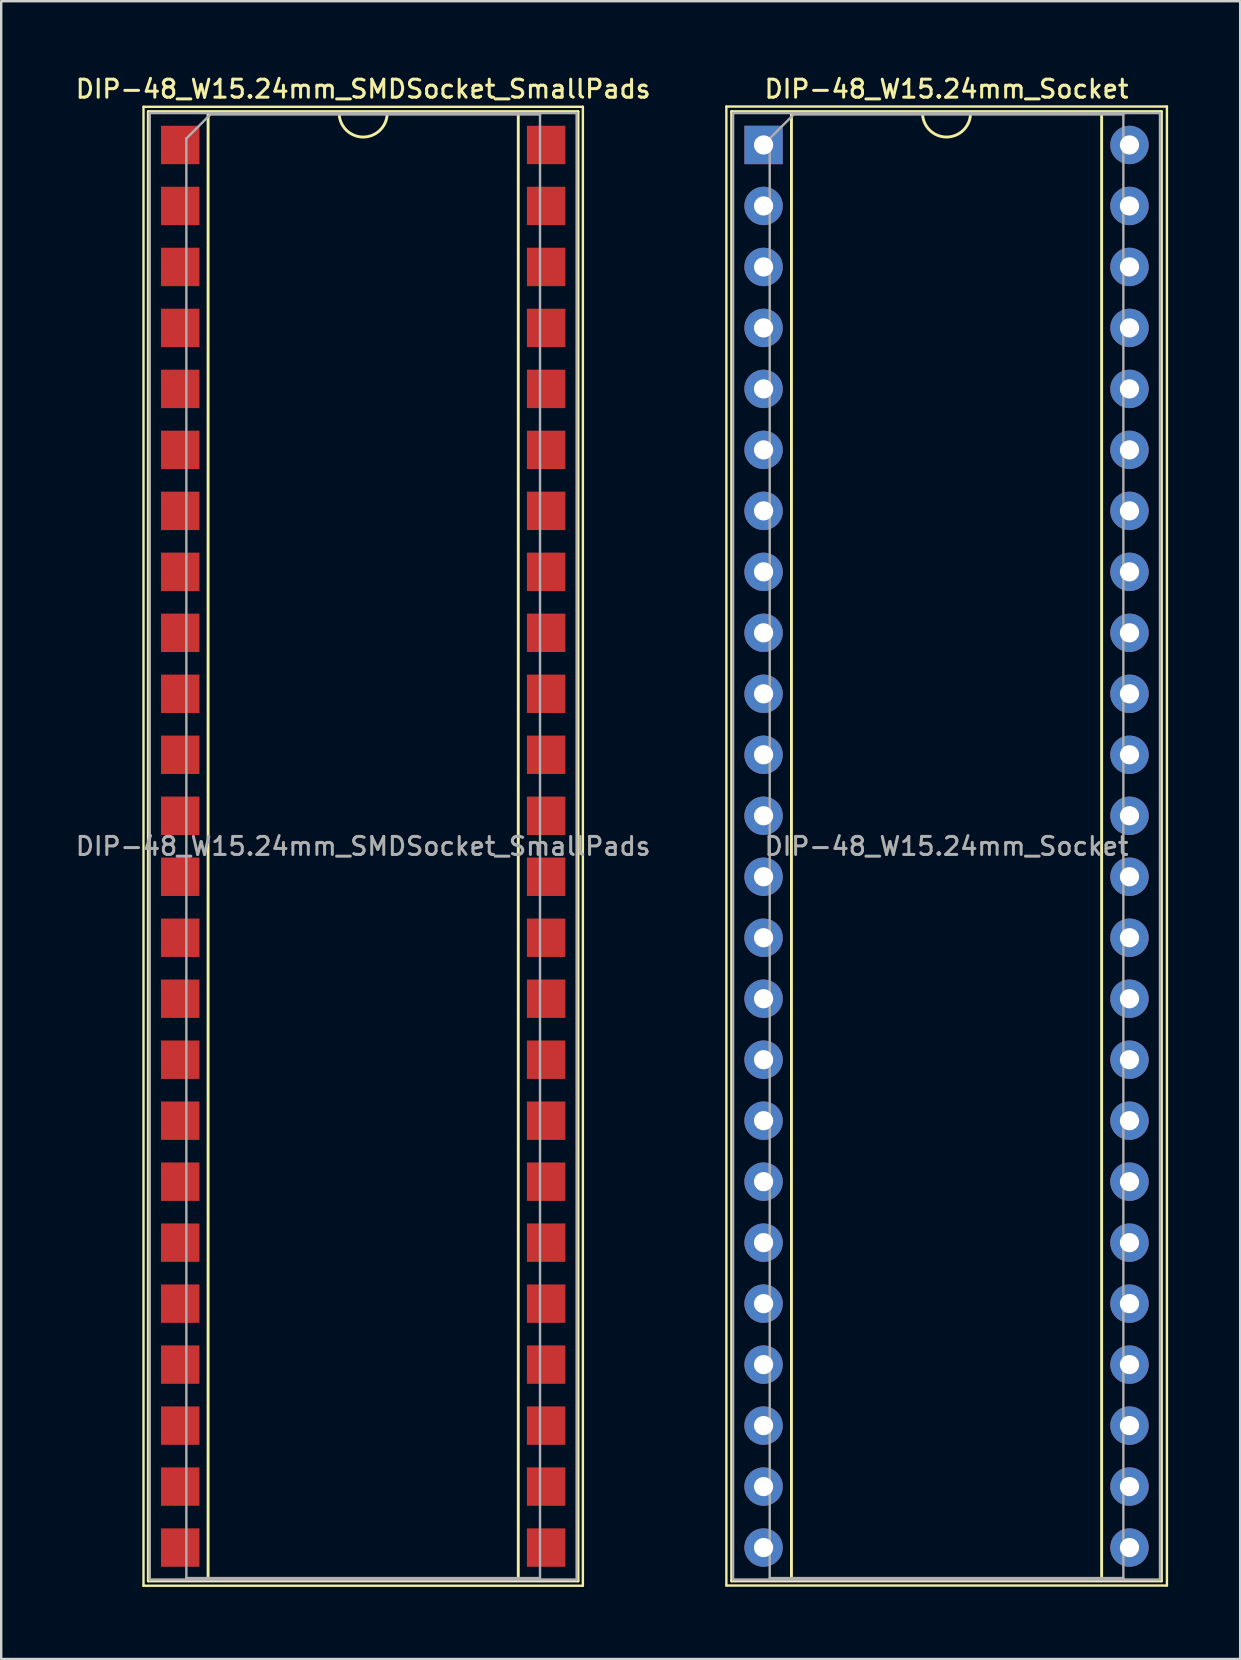
<source format=kicad_pcb>
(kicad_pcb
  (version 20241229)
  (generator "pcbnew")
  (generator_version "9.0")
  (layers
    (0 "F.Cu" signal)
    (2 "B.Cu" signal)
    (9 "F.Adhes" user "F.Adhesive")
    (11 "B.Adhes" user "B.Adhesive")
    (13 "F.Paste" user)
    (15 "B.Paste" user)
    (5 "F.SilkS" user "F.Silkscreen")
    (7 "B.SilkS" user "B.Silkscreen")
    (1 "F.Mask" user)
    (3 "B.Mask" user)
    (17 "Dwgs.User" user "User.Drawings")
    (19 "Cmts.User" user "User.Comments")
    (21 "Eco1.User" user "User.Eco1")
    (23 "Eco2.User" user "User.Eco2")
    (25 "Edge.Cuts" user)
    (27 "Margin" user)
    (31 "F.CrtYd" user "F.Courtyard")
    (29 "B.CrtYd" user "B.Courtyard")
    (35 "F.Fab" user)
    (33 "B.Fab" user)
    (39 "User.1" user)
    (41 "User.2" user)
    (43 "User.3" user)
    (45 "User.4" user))
  (footprint "DIP-48_W15.24mm_Socket"
    (layer "F.Cu")
    (at 28.754 2.988)
    (property "Reference" "DIP-48_W15.24mm_Socket" (at 7.62 -2.33 0) (layer "F.SilkS") (effects (font (size 0.75 0.75) (thickness 0.125))))
    (attr through_hole)
    (fp_line (start -1.55 -1.6) (end -1.55 60) (stroke (width 0.1) (type solid)) (layer "F.SilkS"))
    (fp_line (start -1.55 60) (end 16.8 60) (stroke (width 0.1) (type solid)) (layer "F.SilkS"))
    (fp_line (start -1.33 -1.39) (end -1.33 59.81) (stroke (width 0.12) (type solid)) (layer "F.SilkS"))
    (fp_line (start -1.33 59.81) (end 16.57 59.81) (stroke (width 0.12) (type solid)) (layer "F.SilkS"))
    (fp_line (start 1.16 -1.33) (end 1.16 59.75) (stroke (width 0.12) (type solid)) (layer "F.SilkS"))
    (fp_line (start 1.16 59.75) (end 14.08 59.75) (stroke (width 0.12) (type solid)) (layer "F.SilkS"))
    (fp_line (start 6.62 -1.33) (end 1.16 -1.33) (stroke (width 0.12) (type solid)) (layer "F.SilkS"))
    (fp_line (start 14.08 -1.33) (end 8.62 -1.33) (stroke (width 0.12) (type solid)) (layer "F.SilkS"))
    (fp_line (start 14.08 59.75) (end 14.08 -1.33) (stroke (width 0.12) (type solid)) (layer "F.SilkS"))
    (fp_line (start 16.57 -1.39) (end -1.33 -1.39) (stroke (width 0.12) (type solid)) (layer "F.SilkS"))
    (fp_line (start 16.57 59.81) (end 16.57 -1.39) (stroke (width 0.12) (type solid)) (layer "F.SilkS"))
    (fp_line (start 16.8 -1.6) (end -1.55 -1.6) (stroke (width 0.1) (type solid)) (layer "F.SilkS"))
    (fp_line (start 16.8 60) (end 16.8 -1.6) (stroke (width 0.1) (type solid)) (layer "F.SilkS"))
    (fp_arc (start 8.62 -1.33) (mid 7.62 -0.33) (end 6.62 -1.33) (stroke (width 0.12) (type solid)) (layer "F.SilkS"))
    (fp_line (start -1.27 -1.33) (end -1.27 59.75) (stroke (width 0.1) (type solid)) (layer "F.Fab"))
    (fp_line (start -1.27 59.75) (end 16.51 59.75) (stroke (width 0.1) (type solid)) (layer "F.Fab"))
    (fp_line (start 0.255 -0.27) (end 1.255 -1.27) (stroke (width 0.1) (type solid)) (layer "F.Fab"))
    (fp_line (start 0.255 59.69) (end 0.255 -0.27) (stroke (width 0.1) (type solid)) (layer "F.Fab"))
    (fp_line (start 1.255 -1.27) (end 14.985 -1.27) (stroke (width 0.1) (type solid)) (layer "F.Fab"))
    (fp_line (start 14.985 -1.27) (end 14.985 59.69) (stroke (width 0.1) (type solid)) (layer "F.Fab"))
    (fp_line (start 14.985 59.69) (end 0.255 59.69) (stroke (width 0.1) (type solid)) (layer "F.Fab"))
    (fp_line (start 16.51 -1.33) (end -1.27 -1.33) (stroke (width 0.1) (type solid)) (layer "F.Fab"))
    (fp_line (start 16.51 59.75) (end 16.51 -1.33) (stroke (width 0.1) (type solid)) (layer "F.Fab"))
    (fp_text user "${REFERENCE}" (at 7.62 29.21 0) (layer "F.Fab") (effects (font (size 0.75 0.75) (thickness 0.125))))
    (pad "1" thru_hole rect (at 0 0) (size 1.6 1.6) (drill 0.8) (layers "*.Cu" "*.Mask"))
    (pad "2" thru_hole oval (at 0 2.54) (size 1.6 1.6) (drill 0.8) (layers "*.Cu" "*.Mask"))
    (pad "3" thru_hole oval (at 0 5.08) (size 1.6 1.6) (drill 0.8) (layers "*.Cu" "*.Mask"))
    (pad "4" thru_hole oval (at 0 7.62) (size 1.6 1.6) (drill 0.8) (layers "*.Cu" "*.Mask"))
    (pad "5" thru_hole oval (at 0 10.16) (size 1.6 1.6) (drill 0.8) (layers "*.Cu" "*.Mask"))
    (pad "6" thru_hole oval (at 0 12.7) (size 1.6 1.6) (drill 0.8) (layers "*.Cu" "*.Mask"))
    (pad "7" thru_hole oval (at 0 15.24) (size 1.6 1.6) (drill 0.8) (layers "*.Cu" "*.Mask"))
    (pad "8" thru_hole oval (at 0 17.78) (size 1.6 1.6) (drill 0.8) (layers "*.Cu" "*.Mask"))
    (pad "9" thru_hole oval (at 0 20.32) (size 1.6 1.6) (drill 0.8) (layers "*.Cu" "*.Mask"))
    (pad "10" thru_hole oval (at 0 22.86) (size 1.6 1.6) (drill 0.8) (layers "*.Cu" "*.Mask"))
    (pad "11" thru_hole oval (at 0 25.4) (size 1.6 1.6) (drill 0.8) (layers "*.Cu" "*.Mask"))
    (pad "12" thru_hole oval (at 0 27.94) (size 1.6 1.6) (drill 0.8) (layers "*.Cu" "*.Mask"))
    (pad "13" thru_hole oval (at 0 30.48) (size 1.6 1.6) (drill 0.8) (layers "*.Cu" "*.Mask"))
    (pad "14" thru_hole oval (at 0 33.02) (size 1.6 1.6) (drill 0.8) (layers "*.Cu" "*.Mask"))
    (pad "15" thru_hole oval (at 0 35.56) (size 1.6 1.6) (drill 0.8) (layers "*.Cu" "*.Mask"))
    (pad "16" thru_hole oval (at 0 38.1) (size 1.6 1.6) (drill 0.8) (layers "*.Cu" "*.Mask"))
    (pad "17" thru_hole oval (at 0 40.64) (size 1.6 1.6) (drill 0.8) (layers "*.Cu" "*.Mask"))
    (pad "18" thru_hole oval (at 0 43.18) (size 1.6 1.6) (drill 0.8) (layers "*.Cu" "*.Mask"))
    (pad "19" thru_hole oval (at 0 45.72) (size 1.6 1.6) (drill 0.8) (layers "*.Cu" "*.Mask"))
    (pad "20" thru_hole oval (at 0 48.26) (size 1.6 1.6) (drill 0.8) (layers "*.Cu" "*.Mask"))
    (pad "21" thru_hole oval (at 0 50.8) (size 1.6 1.6) (drill 0.8) (layers "*.Cu" "*.Mask"))
    (pad "22" thru_hole oval (at 0 53.34) (size 1.6 1.6) (drill 0.8) (layers "*.Cu" "*.Mask"))
    (pad "23" thru_hole oval (at 0 55.88) (size 1.6 1.6) (drill 0.8) (layers "*.Cu" "*.Mask"))
    (pad "24" thru_hole oval (at 0 58.42) (size 1.6 1.6) (drill 0.8) (layers "*.Cu" "*.Mask"))
    (pad "25" thru_hole oval (at 15.24 58.42) (size 1.6 1.6) (drill 0.8) (layers "*.Cu" "*.Mask"))
    (pad "26" thru_hole oval (at 15.24 55.88) (size 1.6 1.6) (drill 0.8) (layers "*.Cu" "*.Mask"))
    (pad "27" thru_hole oval (at 15.24 53.34) (size 1.6 1.6) (drill 0.8) (layers "*.Cu" "*.Mask"))
    (pad "28" thru_hole oval (at 15.24 50.8) (size 1.6 1.6) (drill 0.8) (layers "*.Cu" "*.Mask"))
    (pad "29" thru_hole oval (at 15.24 48.26) (size 1.6 1.6) (drill 0.8) (layers "*.Cu" "*.Mask"))
    (pad "30" thru_hole oval (at 15.24 45.72) (size 1.6 1.6) (drill 0.8) (layers "*.Cu" "*.Mask"))
    (pad "31" thru_hole oval (at 15.24 43.18) (size 1.6 1.6) (drill 0.8) (layers "*.Cu" "*.Mask"))
    (pad "32" thru_hole oval (at 15.24 40.64) (size 1.6 1.6) (drill 0.8) (layers "*.Cu" "*.Mask"))
    (pad "33" thru_hole oval (at 15.24 38.1) (size 1.6 1.6) (drill 0.8) (layers "*.Cu" "*.Mask"))
    (pad "34" thru_hole oval (at 15.24 35.56) (size 1.6 1.6) (drill 0.8) (layers "*.Cu" "*.Mask"))
    (pad "35" thru_hole oval (at 15.24 33.02) (size 1.6 1.6) (drill 0.8) (layers "*.Cu" "*.Mask"))
    (pad "36" thru_hole oval (at 15.24 30.48) (size 1.6 1.6) (drill 0.8) (layers "*.Cu" "*.Mask"))
    (pad "37" thru_hole oval (at 15.24 27.94) (size 1.6 1.6) (drill 0.8) (layers "*.Cu" "*.Mask"))
    (pad "38" thru_hole oval (at 15.24 25.4) (size 1.6 1.6) (drill 0.8) (layers "*.Cu" "*.Mask"))
    (pad "39" thru_hole oval (at 15.24 22.86) (size 1.6 1.6) (drill 0.8) (layers "*.Cu" "*.Mask"))
    (pad "40" thru_hole oval (at 15.24 20.32) (size 1.6 1.6) (drill 0.8) (layers "*.Cu" "*.Mask"))
    (pad "41" thru_hole oval (at 15.24 17.78) (size 1.6 1.6) (drill 0.8) (layers "*.Cu" "*.Mask"))
    (pad "42" thru_hole oval (at 15.24 15.24) (size 1.6 1.6) (drill 0.8) (layers "*.Cu" "*.Mask"))
    (pad "43" thru_hole oval (at 15.24 12.7) (size 1.6 1.6) (drill 0.8) (layers "*.Cu" "*.Mask"))
    (pad "44" thru_hole oval (at 15.24 10.16) (size 1.6 1.6) (drill 0.8) (layers "*.Cu" "*.Mask"))
    (pad "45" thru_hole oval (at 15.24 7.62) (size 1.6 1.6) (drill 0.8) (layers "*.Cu" "*.Mask"))
    (pad "46" thru_hole oval (at 15.24 5.08) (size 1.6 1.6) (drill 0.8) (layers "*.Cu" "*.Mask"))
    (pad "47" thru_hole oval (at 15.24 2.54) (size 1.6 1.6) (drill 0.8) (layers "*.Cu" "*.Mask"))
    (pad "48" thru_hole oval (at 15.24 0) (size 1.6 1.6) (drill 0.8) (layers "*.Cu" "*.Mask")))
  (footprint "DIP-48_W15.24mm_SMDSocket_SmallPads"
    (layer "F.Cu")
    (at 12.077 32.198)
    (property "Reference" "DIP-48_W15.24mm_SMDSocket_SmallPads" (at 0 -31.54 0) (layer "F.SilkS") (effects (font (size 0.75 0.75) (thickness 0.125))))
    (attr smd)
    (fp_line (start -9.15 -30.8) (end -9.15 30.8) (stroke (width 0.1) (type solid)) (layer "F.SilkS"))
    (fp_line (start -9.15 30.8) (end 9.15 30.8) (stroke (width 0.1) (type solid)) (layer "F.SilkS"))
    (fp_line (start -8.95 -30.6) (end -8.95 30.6) (stroke (width 0.12) (type solid)) (layer "F.SilkS"))
    (fp_line (start -8.95 30.6) (end 8.95 30.6) (stroke (width 0.12) (type solid)) (layer "F.SilkS"))
    (fp_line (start -6.46 -30.54) (end -6.46 30.54) (stroke (width 0.12) (type solid)) (layer "F.SilkS"))
    (fp_line (start -6.46 30.54) (end 6.46 30.54) (stroke (width 0.12) (type solid)) (layer "F.SilkS"))
    (fp_line (start -1 -30.54) (end -6.46 -30.54) (stroke (width 0.12) (type solid)) (layer "F.SilkS"))
    (fp_line (start 6.46 -30.54) (end 1 -30.54) (stroke (width 0.12) (type solid)) (layer "F.SilkS"))
    (fp_line (start 6.46 30.54) (end 6.46 -30.54) (stroke (width 0.12) (type solid)) (layer "F.SilkS"))
    (fp_line (start 8.95 -30.6) (end -8.95 -30.6) (stroke (width 0.12) (type solid)) (layer "F.SilkS"))
    (fp_line (start 8.95 30.6) (end 8.95 -30.6) (stroke (width 0.12) (type solid)) (layer "F.SilkS"))
    (fp_line (start 9.15 -30.8) (end -9.15 -30.8) (stroke (width 0.1) (type solid)) (layer "F.SilkS"))
    (fp_line (start 9.15 30.8) (end 9.15 -30.8) (stroke (width 0.1) (type solid)) (layer "F.SilkS"))
    (fp_arc (start 1 -30.54) (mid 0 -29.54) (end -1 -30.54) (stroke (width 0.12) (type solid)) (layer "F.SilkS"))
    (fp_line (start -8.89 -30.54) (end -8.89 30.54) (stroke (width 0.1) (type solid)) (layer "F.Fab"))
    (fp_line (start -8.89 30.54) (end 8.89 30.54) (stroke (width 0.1) (type solid)) (layer "F.Fab"))
    (fp_line (start -7.365 -29.48) (end -6.365 -30.48) (stroke (width 0.1) (type solid)) (layer "F.Fab"))
    (fp_line (start -7.365 30.48) (end -7.365 -29.48) (stroke (width 0.1) (type solid)) (layer "F.Fab"))
    (fp_line (start -6.365 -30.48) (end 7.365 -30.48) (stroke (width 0.1) (type solid)) (layer "F.Fab"))
    (fp_line (start 7.365 -30.48) (end 7.365 30.48) (stroke (width 0.1) (type solid)) (layer "F.Fab"))
    (fp_line (start 7.365 30.48) (end -7.365 30.48) (stroke (width 0.1) (type solid)) (layer "F.Fab"))
    (fp_line (start 8.89 -30.54) (end -8.89 -30.54) (stroke (width 0.1) (type solid)) (layer "F.Fab"))
    (fp_line (start 8.89 30.54) (end 8.89 -30.54) (stroke (width 0.1) (type solid)) (layer "F.Fab"))
    (fp_text user "${REFERENCE}" (at 0 0 0) (layer "F.Fab") (effects (font (size 0.75 0.75) (thickness 0.125))))
    (pad "1" smd rect (at -7.62 -29.21) (size 1.6 1.6) (layers "F.Cu" "F.Mask" "F.Paste"))
    (pad "2" smd rect (at -7.62 -26.67) (size 1.6 1.6) (layers "F.Cu" "F.Mask" "F.Paste"))
    (pad "3" smd rect (at -7.62 -24.13) (size 1.6 1.6) (layers "F.Cu" "F.Mask" "F.Paste"))
    (pad "4" smd rect (at -7.62 -21.59) (size 1.6 1.6) (layers "F.Cu" "F.Mask" "F.Paste"))
    (pad "5" smd rect (at -7.62 -19.05) (size 1.6 1.6) (layers "F.Cu" "F.Mask" "F.Paste"))
    (pad "6" smd rect (at -7.62 -16.51) (size 1.6 1.6) (layers "F.Cu" "F.Mask" "F.Paste"))
    (pad "7" smd rect (at -7.62 -13.97) (size 1.6 1.6) (layers "F.Cu" "F.Mask" "F.Paste"))
    (pad "8" smd rect (at -7.62 -11.43) (size 1.6 1.6) (layers "F.Cu" "F.Mask" "F.Paste"))
    (pad "9" smd rect (at -7.62 -8.89) (size 1.6 1.6) (layers "F.Cu" "F.Mask" "F.Paste"))
    (pad "10" smd rect (at -7.62 -6.35) (size 1.6 1.6) (layers "F.Cu" "F.Mask" "F.Paste"))
    (pad "11" smd rect (at -7.62 -3.81) (size 1.6 1.6) (layers "F.Cu" "F.Mask" "F.Paste"))
    (pad "12" smd rect (at -7.62 -1.27) (size 1.6 1.6) (layers "F.Cu" "F.Mask" "F.Paste"))
    (pad "13" smd rect (at -7.62 1.27) (size 1.6 1.6) (layers "F.Cu" "F.Mask" "F.Paste"))
    (pad "14" smd rect (at -7.62 3.81) (size 1.6 1.6) (layers "F.Cu" "F.Mask" "F.Paste"))
    (pad "15" smd rect (at -7.62 6.35) (size 1.6 1.6) (layers "F.Cu" "F.Mask" "F.Paste"))
    (pad "16" smd rect (at -7.62 8.89) (size 1.6 1.6) (layers "F.Cu" "F.Mask" "F.Paste"))
    (pad "17" smd rect (at -7.62 11.43) (size 1.6 1.6) (layers "F.Cu" "F.Mask" "F.Paste"))
    (pad "18" smd rect (at -7.62 13.97) (size 1.6 1.6) (layers "F.Cu" "F.Mask" "F.Paste"))
    (pad "19" smd rect (at -7.62 16.51) (size 1.6 1.6) (layers "F.Cu" "F.Mask" "F.Paste"))
    (pad "20" smd rect (at -7.62 19.05) (size 1.6 1.6) (layers "F.Cu" "F.Mask" "F.Paste"))
    (pad "21" smd rect (at -7.62 21.59) (size 1.6 1.6) (layers "F.Cu" "F.Mask" "F.Paste"))
    (pad "22" smd rect (at -7.62 24.13) (size 1.6 1.6) (layers "F.Cu" "F.Mask" "F.Paste"))
    (pad "23" smd rect (at -7.62 26.67) (size 1.6 1.6) (layers "F.Cu" "F.Mask" "F.Paste"))
    (pad "24" smd rect (at -7.62 29.21) (size 1.6 1.6) (layers "F.Cu" "F.Mask" "F.Paste"))
    (pad "25" smd rect (at 7.62 29.21) (size 1.6 1.6) (layers "F.Cu" "F.Mask" "F.Paste"))
    (pad "26" smd rect (at 7.62 26.67) (size 1.6 1.6) (layers "F.Cu" "F.Mask" "F.Paste"))
    (pad "27" smd rect (at 7.62 24.13) (size 1.6 1.6) (layers "F.Cu" "F.Mask" "F.Paste"))
    (pad "28" smd rect (at 7.62 21.59) (size 1.6 1.6) (layers "F.Cu" "F.Mask" "F.Paste"))
    (pad "29" smd rect (at 7.62 19.05) (size 1.6 1.6) (layers "F.Cu" "F.Mask" "F.Paste"))
    (pad "30" smd rect (at 7.62 16.51) (size 1.6 1.6) (layers "F.Cu" "F.Mask" "F.Paste"))
    (pad "31" smd rect (at 7.62 13.97) (size 1.6 1.6) (layers "F.Cu" "F.Mask" "F.Paste"))
    (pad "32" smd rect (at 7.62 11.43) (size 1.6 1.6) (layers "F.Cu" "F.Mask" "F.Paste"))
    (pad "33" smd rect (at 7.62 8.89) (size 1.6 1.6) (layers "F.Cu" "F.Mask" "F.Paste"))
    (pad "34" smd rect (at 7.62 6.35) (size 1.6 1.6) (layers "F.Cu" "F.Mask" "F.Paste"))
    (pad "35" smd rect (at 7.62 3.81) (size 1.6 1.6) (layers "F.Cu" "F.Mask" "F.Paste"))
    (pad "36" smd rect (at 7.62 1.27) (size 1.6 1.6) (layers "F.Cu" "F.Mask" "F.Paste"))
    (pad "37" smd rect (at 7.62 -1.27) (size 1.6 1.6) (layers "F.Cu" "F.Mask" "F.Paste"))
    (pad "38" smd rect (at 7.62 -3.81) (size 1.6 1.6) (layers "F.Cu" "F.Mask" "F.Paste"))
    (pad "39" smd rect (at 7.62 -6.35) (size 1.6 1.6) (layers "F.Cu" "F.Mask" "F.Paste"))
    (pad "40" smd rect (at 7.62 -8.89) (size 1.6 1.6) (layers "F.Cu" "F.Mask" "F.Paste"))
    (pad "41" smd rect (at 7.62 -11.43) (size 1.6 1.6) (layers "F.Cu" "F.Mask" "F.Paste"))
    (pad "42" smd rect (at 7.62 -13.97) (size 1.6 1.6) (layers "F.Cu" "F.Mask" "F.Paste"))
    (pad "43" smd rect (at 7.62 -16.51) (size 1.6 1.6) (layers "F.Cu" "F.Mask" "F.Paste"))
    (pad "44" smd rect (at 7.62 -19.05) (size 1.6 1.6) (layers "F.Cu" "F.Mask" "F.Paste"))
    (pad "45" smd rect (at 7.62 -21.59) (size 1.6 1.6) (layers "F.Cu" "F.Mask" "F.Paste"))
    (pad "46" smd rect (at 7.62 -24.13) (size 1.6 1.6) (layers "F.Cu" "F.Mask" "F.Paste"))
    (pad "47" smd rect (at 7.62 -26.67) (size 1.6 1.6) (layers "F.Cu" "F.Mask" "F.Paste"))
    (pad "48" smd rect (at 7.62 -29.21) (size 1.6 1.6) (layers "F.Cu" "F.Mask" "F.Paste")))
  (gr_rect
    (start -3 -3)
    (end 48.604 66.048)
    (stroke (width 0.1) (type default))
    (fill no)
    (layer "Edge.Cuts")))
</source>
